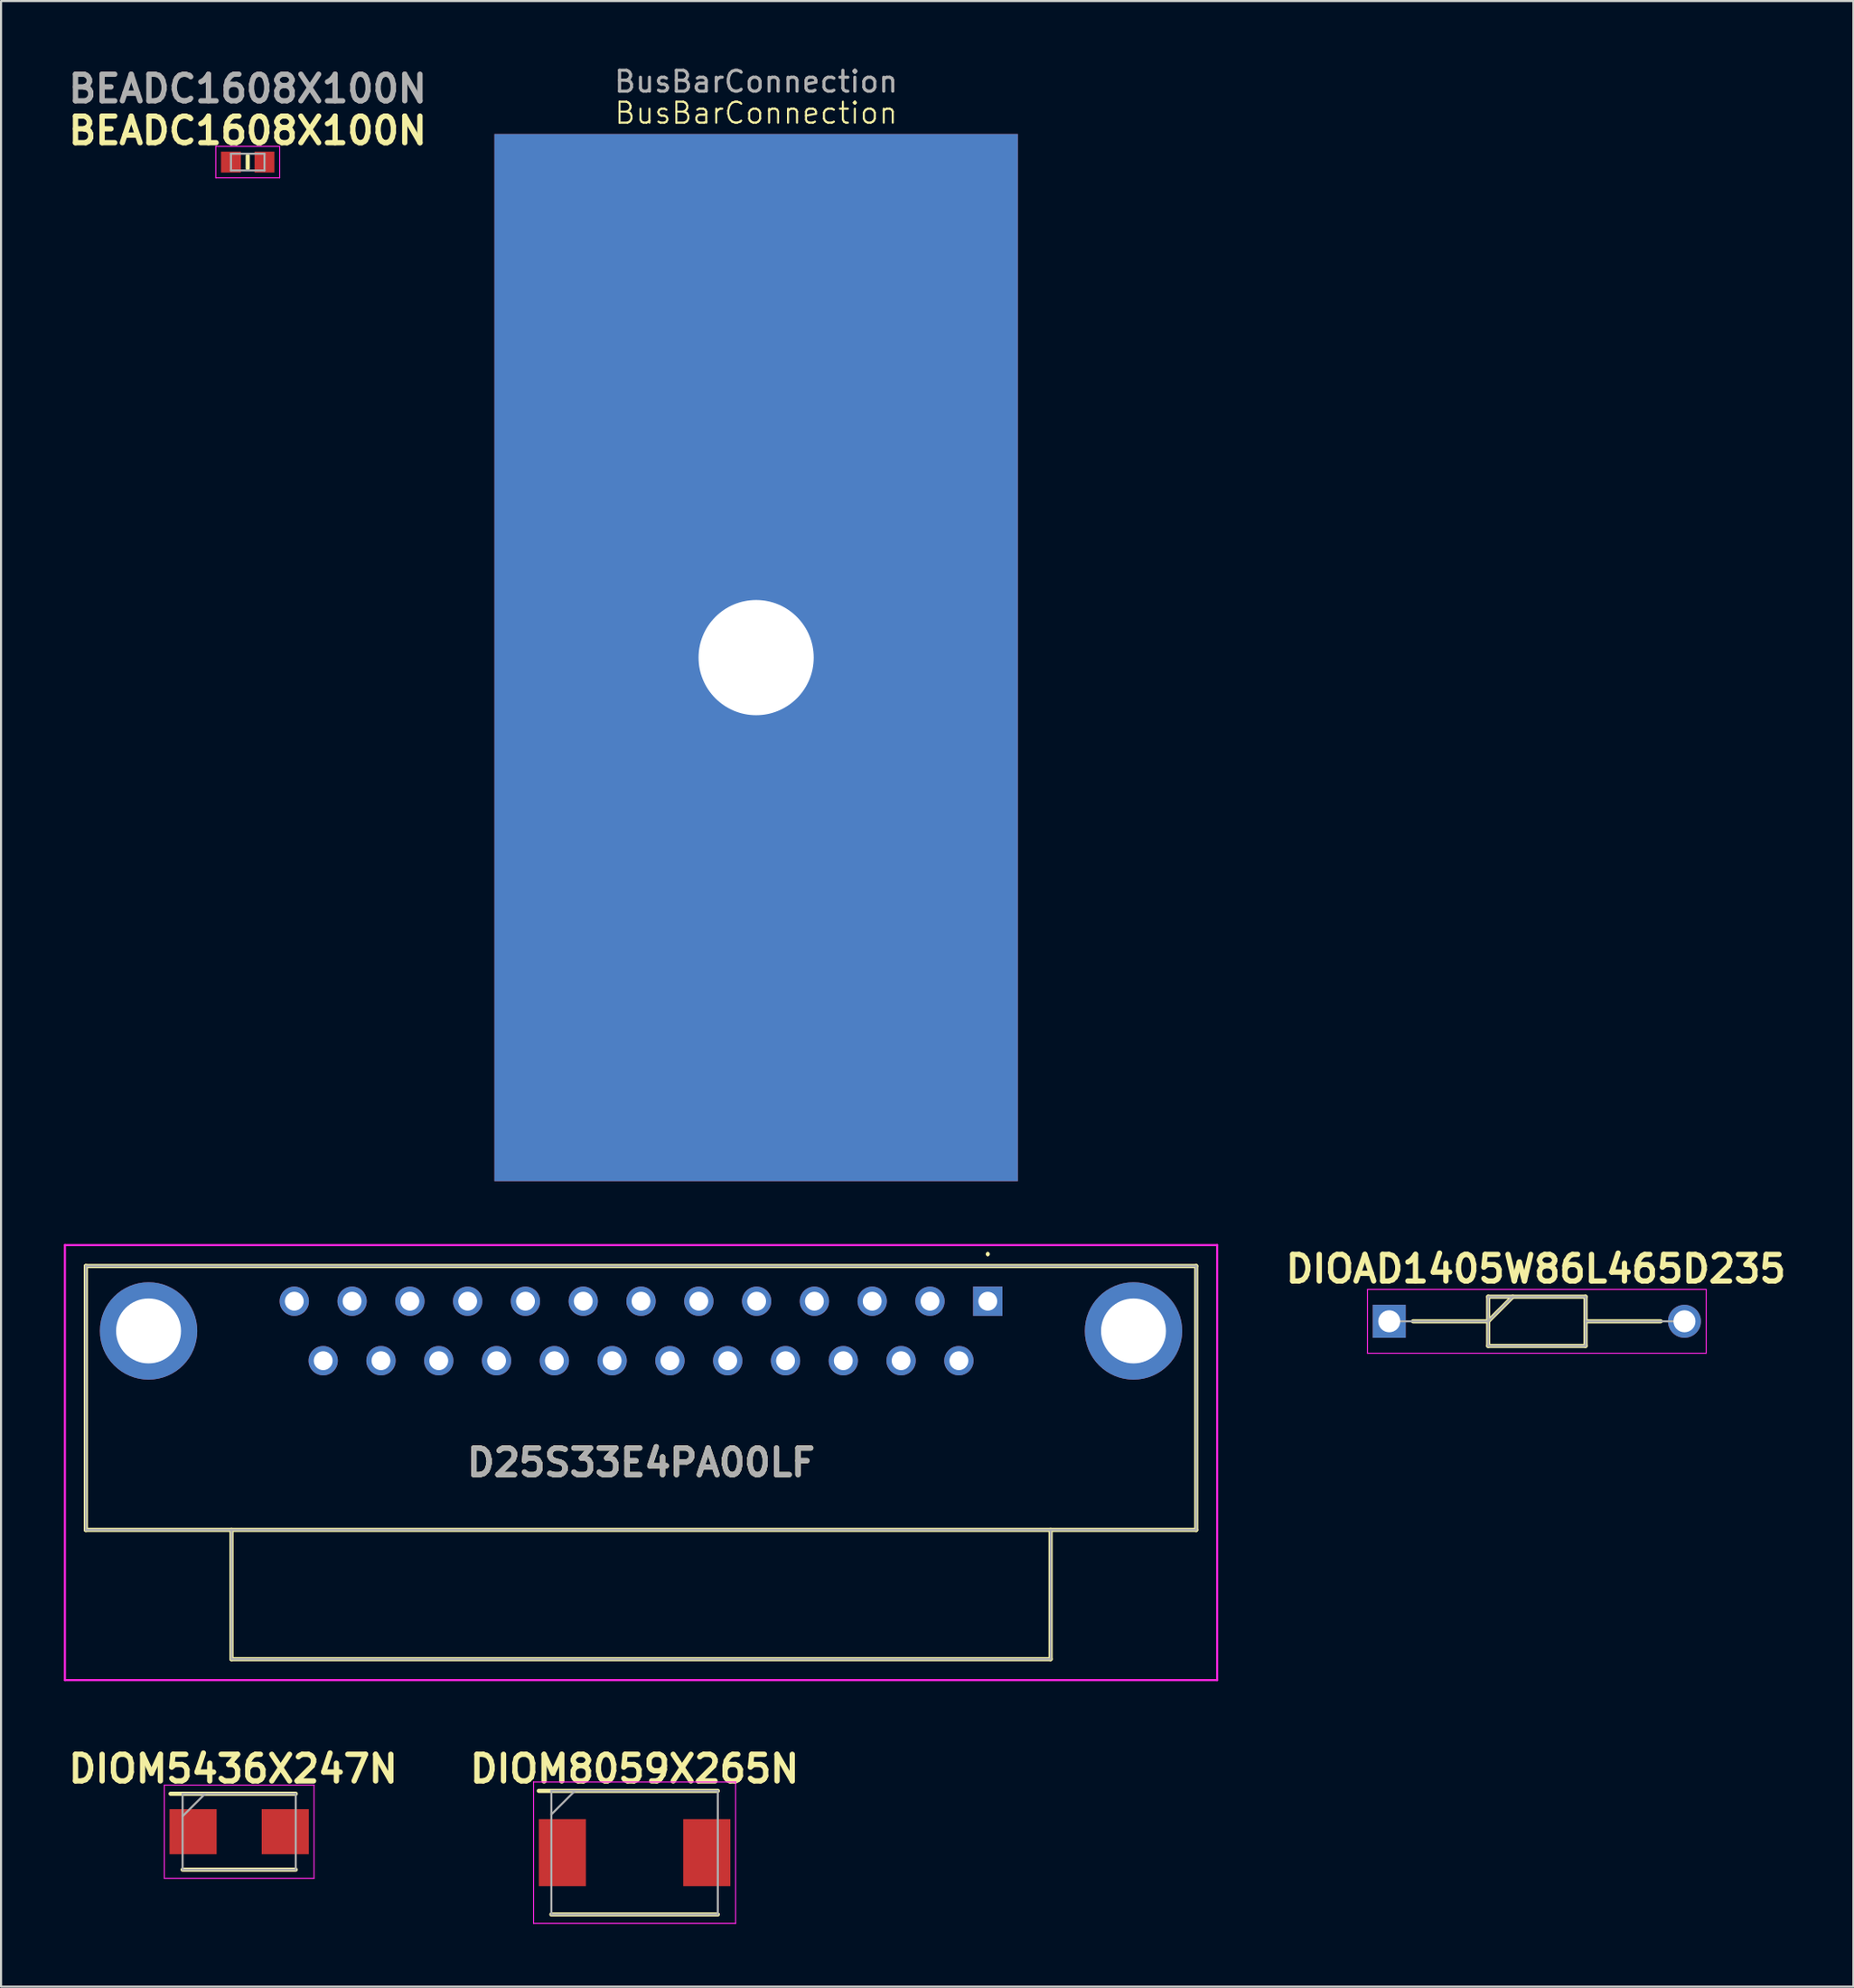
<source format=kicad_pcb>
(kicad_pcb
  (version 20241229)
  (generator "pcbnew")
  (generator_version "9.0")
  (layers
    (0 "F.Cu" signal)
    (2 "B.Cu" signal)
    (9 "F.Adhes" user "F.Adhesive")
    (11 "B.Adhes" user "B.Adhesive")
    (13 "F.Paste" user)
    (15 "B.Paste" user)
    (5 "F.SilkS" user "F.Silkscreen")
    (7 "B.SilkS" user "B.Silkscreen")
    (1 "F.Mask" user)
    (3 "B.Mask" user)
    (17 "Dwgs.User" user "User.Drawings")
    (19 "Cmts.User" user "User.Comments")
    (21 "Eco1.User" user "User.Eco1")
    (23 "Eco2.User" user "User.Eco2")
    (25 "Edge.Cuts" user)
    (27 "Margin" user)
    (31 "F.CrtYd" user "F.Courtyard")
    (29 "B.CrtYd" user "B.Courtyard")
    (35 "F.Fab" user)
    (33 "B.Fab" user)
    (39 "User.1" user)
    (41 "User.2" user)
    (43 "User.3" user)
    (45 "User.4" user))
  (footprint "BusBarConnection"
    (layer "F.Cu")
    (at 33.062 7.848)
    (property "Reference" "BusBarConnection" (at 0 -5.5 0) (unlocked yes) (layer "F.SilkS") (effects (font (size 1 1) (thickness 0.1))))
    (attr through_hole)
    (fp_text user "${REFERENCE}" (at 0 -7 0) (unlocked yes) (layer "F.Fab") (effects (font (size 1 1) (thickness 0.15))))
    (pad "1" thru_hole rect (at 0 20.5) (size 25 50) (drill 5.5) (layers "*.Cu" "*.Mask")))
  (footprint "DIOM5436X247N"
    (layer "F.Cu")
    (at 8.372 84.407)
    (property "Reference" "DIOM5436X247N" (at -0.286 -3 0) (layer "F.SilkS") (effects (font (size 1.27 1.27) (thickness 0.254))))
    (attr smd)
    (fp_line (start -2.702 1.812) (end 2.702 1.812) (stroke (width 0.2) (type solid)) (layer "F.SilkS"))
    (fp_line (start 2.702 -1.812) (end -3.275 -1.812) (stroke (width 0.2) (type solid)) (layer "F.SilkS"))
    (fp_line (start -3.575 -2.225) (end 3.575 -2.225) (stroke (width 0.05) (type solid)) (layer "F.CrtYd"))
    (fp_line (start -3.575 2.225) (end -3.575 -2.225) (stroke (width 0.05) (type solid)) (layer "F.CrtYd"))
    (fp_line (start 3.575 -2.225) (end 3.575 2.225) (stroke (width 0.05) (type solid)) (layer "F.CrtYd"))
    (fp_line (start 3.575 2.225) (end -3.575 2.225) (stroke (width 0.05) (type solid)) (layer "F.CrtYd"))
    (fp_line (start -2.702 -1.812) (end 2.702 -1.812) (stroke (width 0.1) (type solid)) (layer "F.Fab"))
    (fp_line (start -2.702 -0.738) (end -1.628 -1.812) (stroke (width 0.1) (type solid)) (layer "F.Fab"))
    (fp_line (start -2.702 1.812) (end -2.702 -1.812) (stroke (width 0.1) (type solid)) (layer "F.Fab"))
    (fp_line (start 2.702 -1.812) (end 2.702 1.812) (stroke (width 0.1) (type solid)) (layer "F.Fab"))
    (fp_line (start 2.702 1.812) (end -2.702 1.812) (stroke (width 0.1) (type solid)) (layer "F.Fab"))
    (pad "1" smd rect (at -2.2 0 90) (size 2.15 2.25) (layers "F.Cu" "F.Mask" "F.Paste"))
    (pad "2" smd rect (at 2.2 0 90) (size 2.15 2.25) (layers "F.Cu" "F.Mask" "F.Paste")))
  (footprint "D25S33E4PA00LF"
    (layer "F.Cu")
    (at 44.125 59.078)
    (property "Reference" "D25S33E4PA00LF" (at -16.56 7.705 0) (layer "F.SilkS") (effects (font (size 1.27 1.27) (thickness 0.254))))
    (attr through_hole)
    (fp_line (start -43.075 -1.68) (end 9.955 -1.68) (stroke (width 0.2) (type solid)) (layer "F.SilkS"))
    (fp_line (start -43.075 10.92) (end -43.075 -1.68) (stroke (width 0.2) (type solid)) (layer "F.SilkS"))
    (fp_line (start -36.12 10.92) (end -36.12 17.09) (stroke (width 0.2) (type solid)) (layer "F.SilkS"))
    (fp_line (start -36.12 17.09) (end 3 17.09) (stroke (width 0.2) (type solid)) (layer "F.SilkS"))
    (fp_line (start 0 -2.3) (end 0 -2.3) (stroke (width 0.1) (type solid)) (layer "F.SilkS"))
    (fp_line (start 0 -2.2) (end 0 -2.2) (stroke (width 0.1) (type solid)) (layer "F.SilkS"))
    (fp_line (start 3 17.09) (end 3 10.92) (stroke (width 0.2) (type solid)) (layer "F.SilkS"))
    (fp_line (start 9.955 -1.68) (end 9.955 10.92) (stroke (width 0.2) (type solid)) (layer "F.SilkS"))
    (fp_line (start 9.955 10.92) (end -43.075 10.92) (stroke (width 0.2) (type solid)) (layer "F.SilkS"))
    (fp_arc (start 0 -2.3) (mid 0.05 -2.25) (end 0 -2.2) (stroke (width 0.1) (type solid)) (layer "F.SilkS"))
    (fp_arc (start 0 -2.2) (mid -0.05 -2.25) (end 0 -2.3) (stroke (width 0.1) (type solid)) (layer "F.SilkS"))
    (fp_line (start -44.075 -2.68) (end 10.955 -2.68) (stroke (width 0.1) (type solid)) (layer "F.CrtYd"))
    (fp_line (start -44.075 18.09) (end -44.075 -2.68) (stroke (width 0.1) (type solid)) (layer "F.CrtYd"))
    (fp_line (start 10.955 -2.68) (end 10.955 18.09) (stroke (width 0.1) (type solid)) (layer "F.CrtYd"))
    (fp_line (start 10.955 18.09) (end -44.075 18.09) (stroke (width 0.1) (type solid)) (layer "F.CrtYd"))
    (fp_line (start -43.075 -1.68) (end 9.955 -1.68) (stroke (width 0.1) (type solid)) (layer "F.Fab"))
    (fp_line (start -43.075 10.92) (end -43.075 -1.68) (stroke (width 0.1) (type solid)) (layer "F.Fab"))
    (fp_line (start -36.12 10.92) (end -36.12 17.09) (stroke (width 0.1) (type solid)) (layer "F.Fab"))
    (fp_line (start -36.12 17.09) (end 3 17.09) (stroke (width 0.1) (type solid)) (layer "F.Fab"))
    (fp_line (start 3 17.09) (end 3 10.92) (stroke (width 0.1) (type solid)) (layer "F.Fab"))
    (fp_line (start 9.955 -1.68) (end 9.955 10.92) (stroke (width 0.1) (type solid)) (layer "F.Fab"))
    (fp_line (start 9.955 10.92) (end -43.075 10.92) (stroke (width 0.1) (type solid)) (layer "F.Fab"))
    (fp_text user "${REFERENCE}" (at -16.56 7.705 0) (layer "F.Fab") (effects (font (size 1.27 1.27) (thickness 0.254))))
    (pad "1" thru_hole rect (at 0 0) (size 1.4 1.4) (drill 0.9) (layers "*.Cu" "*.Mask"))
    (pad "2" thru_hole circle (at -2.76 0) (size 1.4 1.4) (drill 0.9) (layers "*.Cu" "*.Mask"))
    (pad "3" thru_hole circle (at -5.52 0) (size 1.4 1.4) (drill 0.9) (layers "*.Cu" "*.Mask"))
    (pad "4" thru_hole circle (at -8.28 0) (size 1.4 1.4) (drill 0.9) (layers "*.Cu" "*.Mask"))
    (pad "5" thru_hole circle (at -11.04 0) (size 1.4 1.4) (drill 0.9) (layers "*.Cu" "*.Mask"))
    (pad "6" thru_hole circle (at -13.8 0) (size 1.4 1.4) (drill 0.9) (layers "*.Cu" "*.Mask"))
    (pad "7" thru_hole circle (at -16.56 0) (size 1.4 1.4) (drill 0.9) (layers "*.Cu" "*.Mask"))
    (pad "8" thru_hole circle (at -19.32 0) (size 1.4 1.4) (drill 0.9) (layers "*.Cu" "*.Mask"))
    (pad "9" thru_hole circle (at -22.08 0) (size 1.4 1.4) (drill 0.9) (layers "*.Cu" "*.Mask"))
    (pad "10" thru_hole circle (at -24.84 0) (size 1.4 1.4) (drill 0.9) (layers "*.Cu" "*.Mask"))
    (pad "11" thru_hole circle (at -27.6 0) (size 1.4 1.4) (drill 0.9) (layers "*.Cu" "*.Mask"))
    (pad "12" thru_hole circle (at -30.36 0) (size 1.4 1.4) (drill 0.9) (layers "*.Cu" "*.Mask"))
    (pad "13" thru_hole circle (at -33.12 0) (size 1.4 1.4) (drill 0.9) (layers "*.Cu" "*.Mask"))
    (pad "14" thru_hole circle (at -1.38 2.84) (size 1.4 1.4) (drill 0.9) (layers "*.Cu" "*.Mask"))
    (pad "15" thru_hole circle (at -4.14 2.84) (size 1.4 1.4) (drill 0.9) (layers "*.Cu" "*.Mask"))
    (pad "16" thru_hole circle (at -6.9 2.84) (size 1.4 1.4) (drill 0.9) (layers "*.Cu" "*.Mask"))
    (pad "17" thru_hole circle (at -9.66 2.84) (size 1.4 1.4) (drill 0.9) (layers "*.Cu" "*.Mask"))
    (pad "18" thru_hole circle (at -12.42 2.84) (size 1.4 1.4) (drill 0.9) (layers "*.Cu" "*.Mask"))
    (pad "19" thru_hole circle (at -15.18 2.84) (size 1.4 1.4) (drill 0.9) (layers "*.Cu" "*.Mask"))
    (pad "20" thru_hole circle (at -17.94 2.84) (size 1.4 1.4) (drill 0.9) (layers "*.Cu" "*.Mask"))
    (pad "21" thru_hole circle (at -20.7 2.84) (size 1.4 1.4) (drill 0.9) (layers "*.Cu" "*.Mask"))
    (pad "22" thru_hole circle (at -23.46 2.84) (size 1.4 1.4) (drill 0.9) (layers "*.Cu" "*.Mask"))
    (pad "23" thru_hole circle (at -26.22 2.84) (size 1.4 1.4) (drill 0.9) (layers "*.Cu" "*.Mask"))
    (pad "24" thru_hole circle (at -28.98 2.84) (size 1.4 1.4) (drill 0.9) (layers "*.Cu" "*.Mask"))
    (pad "25" thru_hole circle (at -31.74 2.84) (size 1.4 1.4) (drill 0.9) (layers "*.Cu" "*.Mask"))
    (pad "MH1" thru_hole circle (at -40.08 1.42) (size 4.65 4.65) (drill 3.1) (layers "*.Cu" "*.Mask"))
    (pad "MH2" thru_hole circle (at 6.96 1.42) (size 4.65 4.65) (drill 3.1) (layers "*.Cu" "*.Mask")))
  (footprint "DIOAD1405W86L465D235"
    (layer "F.Cu")
    (at 63.298 60.037)
    (property "Reference" "DIOAD1405W86L465D235" (at 7 -2.5 0) (layer "F.SilkS") (effects (font (size 1.27 1.27) (thickness 0.254))))
    (attr through_hole)
    (fp_line (start 1.138 0) (end 4.725 0) (stroke (width 0.2) (type solid)) (layer "F.SilkS"))
    (fp_line (start 4.725 -1.175) (end 9.375 -1.175) (stroke (width 0.2) (type solid)) (layer "F.SilkS"))
    (fp_line (start 4.725 0) (end 5.9 -1.175) (stroke (width 0.2) (type solid)) (layer "F.SilkS"))
    (fp_line (start 4.725 1.175) (end 4.725 -1.175) (stroke (width 0.2) (type solid)) (layer "F.SilkS"))
    (fp_line (start 9.375 -1.175) (end 9.375 1.175) (stroke (width 0.2) (type solid)) (layer "F.SilkS"))
    (fp_line (start 9.375 0) (end 12.962 0) (stroke (width 0.2) (type solid)) (layer "F.SilkS"))
    (fp_line (start 9.375 1.175) (end 4.725 1.175) (stroke (width 0.2) (type solid)) (layer "F.SilkS"))
    (fp_line (start -1.038 -1.525) (end 15.137 -1.525) (stroke (width 0.05) (type solid)) (layer "F.CrtYd"))
    (fp_line (start -1.038 1.525) (end -1.038 -1.525) (stroke (width 0.05) (type solid)) (layer "F.CrtYd"))
    (fp_line (start 15.137 -1.525) (end 15.137 1.525) (stroke (width 0.05) (type solid)) (layer "F.CrtYd"))
    (fp_line (start 15.137 1.525) (end -1.038 1.525) (stroke (width 0.05) (type solid)) (layer "F.CrtYd"))
    (fp_line (start 0 0) (end 4.725 0) (stroke (width 0.1) (type solid)) (layer "F.Fab"))
    (fp_line (start 4.725 -1.175) (end 9.375 -1.175) (stroke (width 0.1) (type solid)) (layer "F.Fab"))
    (fp_line (start 4.725 0) (end 5.9 -1.175) (stroke (width 0.1) (type solid)) (layer "F.Fab"))
    (fp_line (start 4.725 1.175) (end 4.725 -1.175) (stroke (width 0.1) (type solid)) (layer "F.Fab"))
    (fp_line (start 9.375 -1.175) (end 9.375 1.175) (stroke (width 0.1) (type solid)) (layer "F.Fab"))
    (fp_line (start 9.375 0) (end 14.1 0) (stroke (width 0.1) (type solid)) (layer "F.Fab"))
    (fp_line (start 9.375 1.175) (end 4.725 1.175) (stroke (width 0.1) (type solid)) (layer "F.Fab"))
    (pad "1" thru_hole rect (at 0 0) (size 1.575 1.575) (drill 1.05) (layers "*.Cu" "*.Mask"))
    (pad "2" thru_hole circle (at 14.1 0) (size 1.575 1.575) (drill 1.05) (layers "*.Cu" "*.Mask")))
  (footprint "BEADC1608X100N"
    (layer "F.Cu")
    (at 8.781 4.689)
    (property "Reference" "BEADC1608X100N" (at 0 -1.5 0) (layer "F.SilkS") (effects (font (size 1.27 1.27) (thickness 0.254))))
    (attr smd)
    (fp_line (start 0 -0.3) (end 0 0.3) (stroke (width 0.2) (type solid)) (layer "F.SilkS"))
    (fp_line (start -1.525 -0.75) (end 1.525 -0.75) (stroke (width 0.05) (type solid)) (layer "F.CrtYd"))
    (fp_line (start -1.525 0.75) (end -1.525 -0.75) (stroke (width 0.05) (type solid)) (layer "F.CrtYd"))
    (fp_line (start 1.525 -0.75) (end 1.525 0.75) (stroke (width 0.05) (type solid)) (layer "F.CrtYd"))
    (fp_line (start 1.525 0.75) (end -1.525 0.75) (stroke (width 0.05) (type solid)) (layer "F.CrtYd"))
    (fp_line (start -0.8 -0.4) (end 0.8 -0.4) (stroke (width 0.1) (type solid)) (layer "F.Fab"))
    (fp_line (start -0.8 0.4) (end -0.8 -0.4) (stroke (width 0.1) (type solid)) (layer "F.Fab"))
    (fp_line (start 0.8 -0.4) (end 0.8 0.4) (stroke (width 0.1) (type solid)) (layer "F.Fab"))
    (fp_line (start 0.8 0.4) (end -0.8 0.4) (stroke (width 0.1) (type solid)) (layer "F.Fab"))
    (fp_text user "${REFERENCE}" (at 0 -3.5 0) (layer "F.Fab") (effects (font (size 1.27 1.27) (thickness 0.254))))
    (pad "1" smd rect (at -0.8 0) (size 0.95 1) (layers "F.Cu" "F.Mask" "F.Paste"))
    (pad "2" smd rect (at 0.8 0) (size 0.95 1) (layers "F.Cu" "F.Mask" "F.Paste")))
  (footprint "DIOM8059X265N"
    (layer "F.Cu")
    (at 27.257 85.407)
    (property "Reference" "DIOM8059X265N" (at 0 -4 0) (layer "F.SilkS") (effects (font (size 1.27 1.27) (thickness 0.254))))
    (attr smd)
    (fp_line (start -3.975 2.95) (end 3.975 2.95) (stroke (width 0.2) (type solid)) (layer "F.SilkS"))
    (fp_line (start 3.975 -2.95) (end -4.575 -2.95) (stroke (width 0.2) (type solid)) (layer "F.SilkS"))
    (fp_line (start -4.825 -3.375) (end 4.825 -3.375) (stroke (width 0.05) (type solid)) (layer "F.CrtYd"))
    (fp_line (start -4.825 3.375) (end -4.825 -3.375) (stroke (width 0.05) (type solid)) (layer "F.CrtYd"))
    (fp_line (start 4.825 -3.375) (end 4.825 3.375) (stroke (width 0.05) (type solid)) (layer "F.CrtYd"))
    (fp_line (start 4.825 3.375) (end -4.825 3.375) (stroke (width 0.05) (type solid)) (layer "F.CrtYd"))
    (fp_line (start -3.975 -2.95) (end 3.975 -2.95) (stroke (width 0.1) (type solid)) (layer "F.Fab"))
    (fp_line (start -3.975 -1.825) (end -2.85 -2.95) (stroke (width 0.1) (type solid)) (layer "F.Fab"))
    (fp_line (start -3.975 2.95) (end -3.975 -2.95) (stroke (width 0.1) (type solid)) (layer "F.Fab"))
    (fp_line (start 3.975 -2.95) (end 3.975 2.95) (stroke (width 0.1) (type solid)) (layer "F.Fab"))
    (fp_line (start 3.975 2.95) (end -3.975 2.95) (stroke (width 0.1) (type solid)) (layer "F.Fab"))
    (pad "1" smd rect (at -3.45 0) (size 2.25 3.2) (layers "F.Cu" "F.Mask" "F.Paste"))
    (pad "2" smd rect (at 3.45 0) (size 2.25 3.2) (layers "F.Cu" "F.Mask" "F.Paste")))
  (gr_rect
    (start -3 -3)
    (end 85.466 91.807)
    (stroke (width 0.1) (type default))
    (fill no)
    (layer "Edge.Cuts")))
</source>
